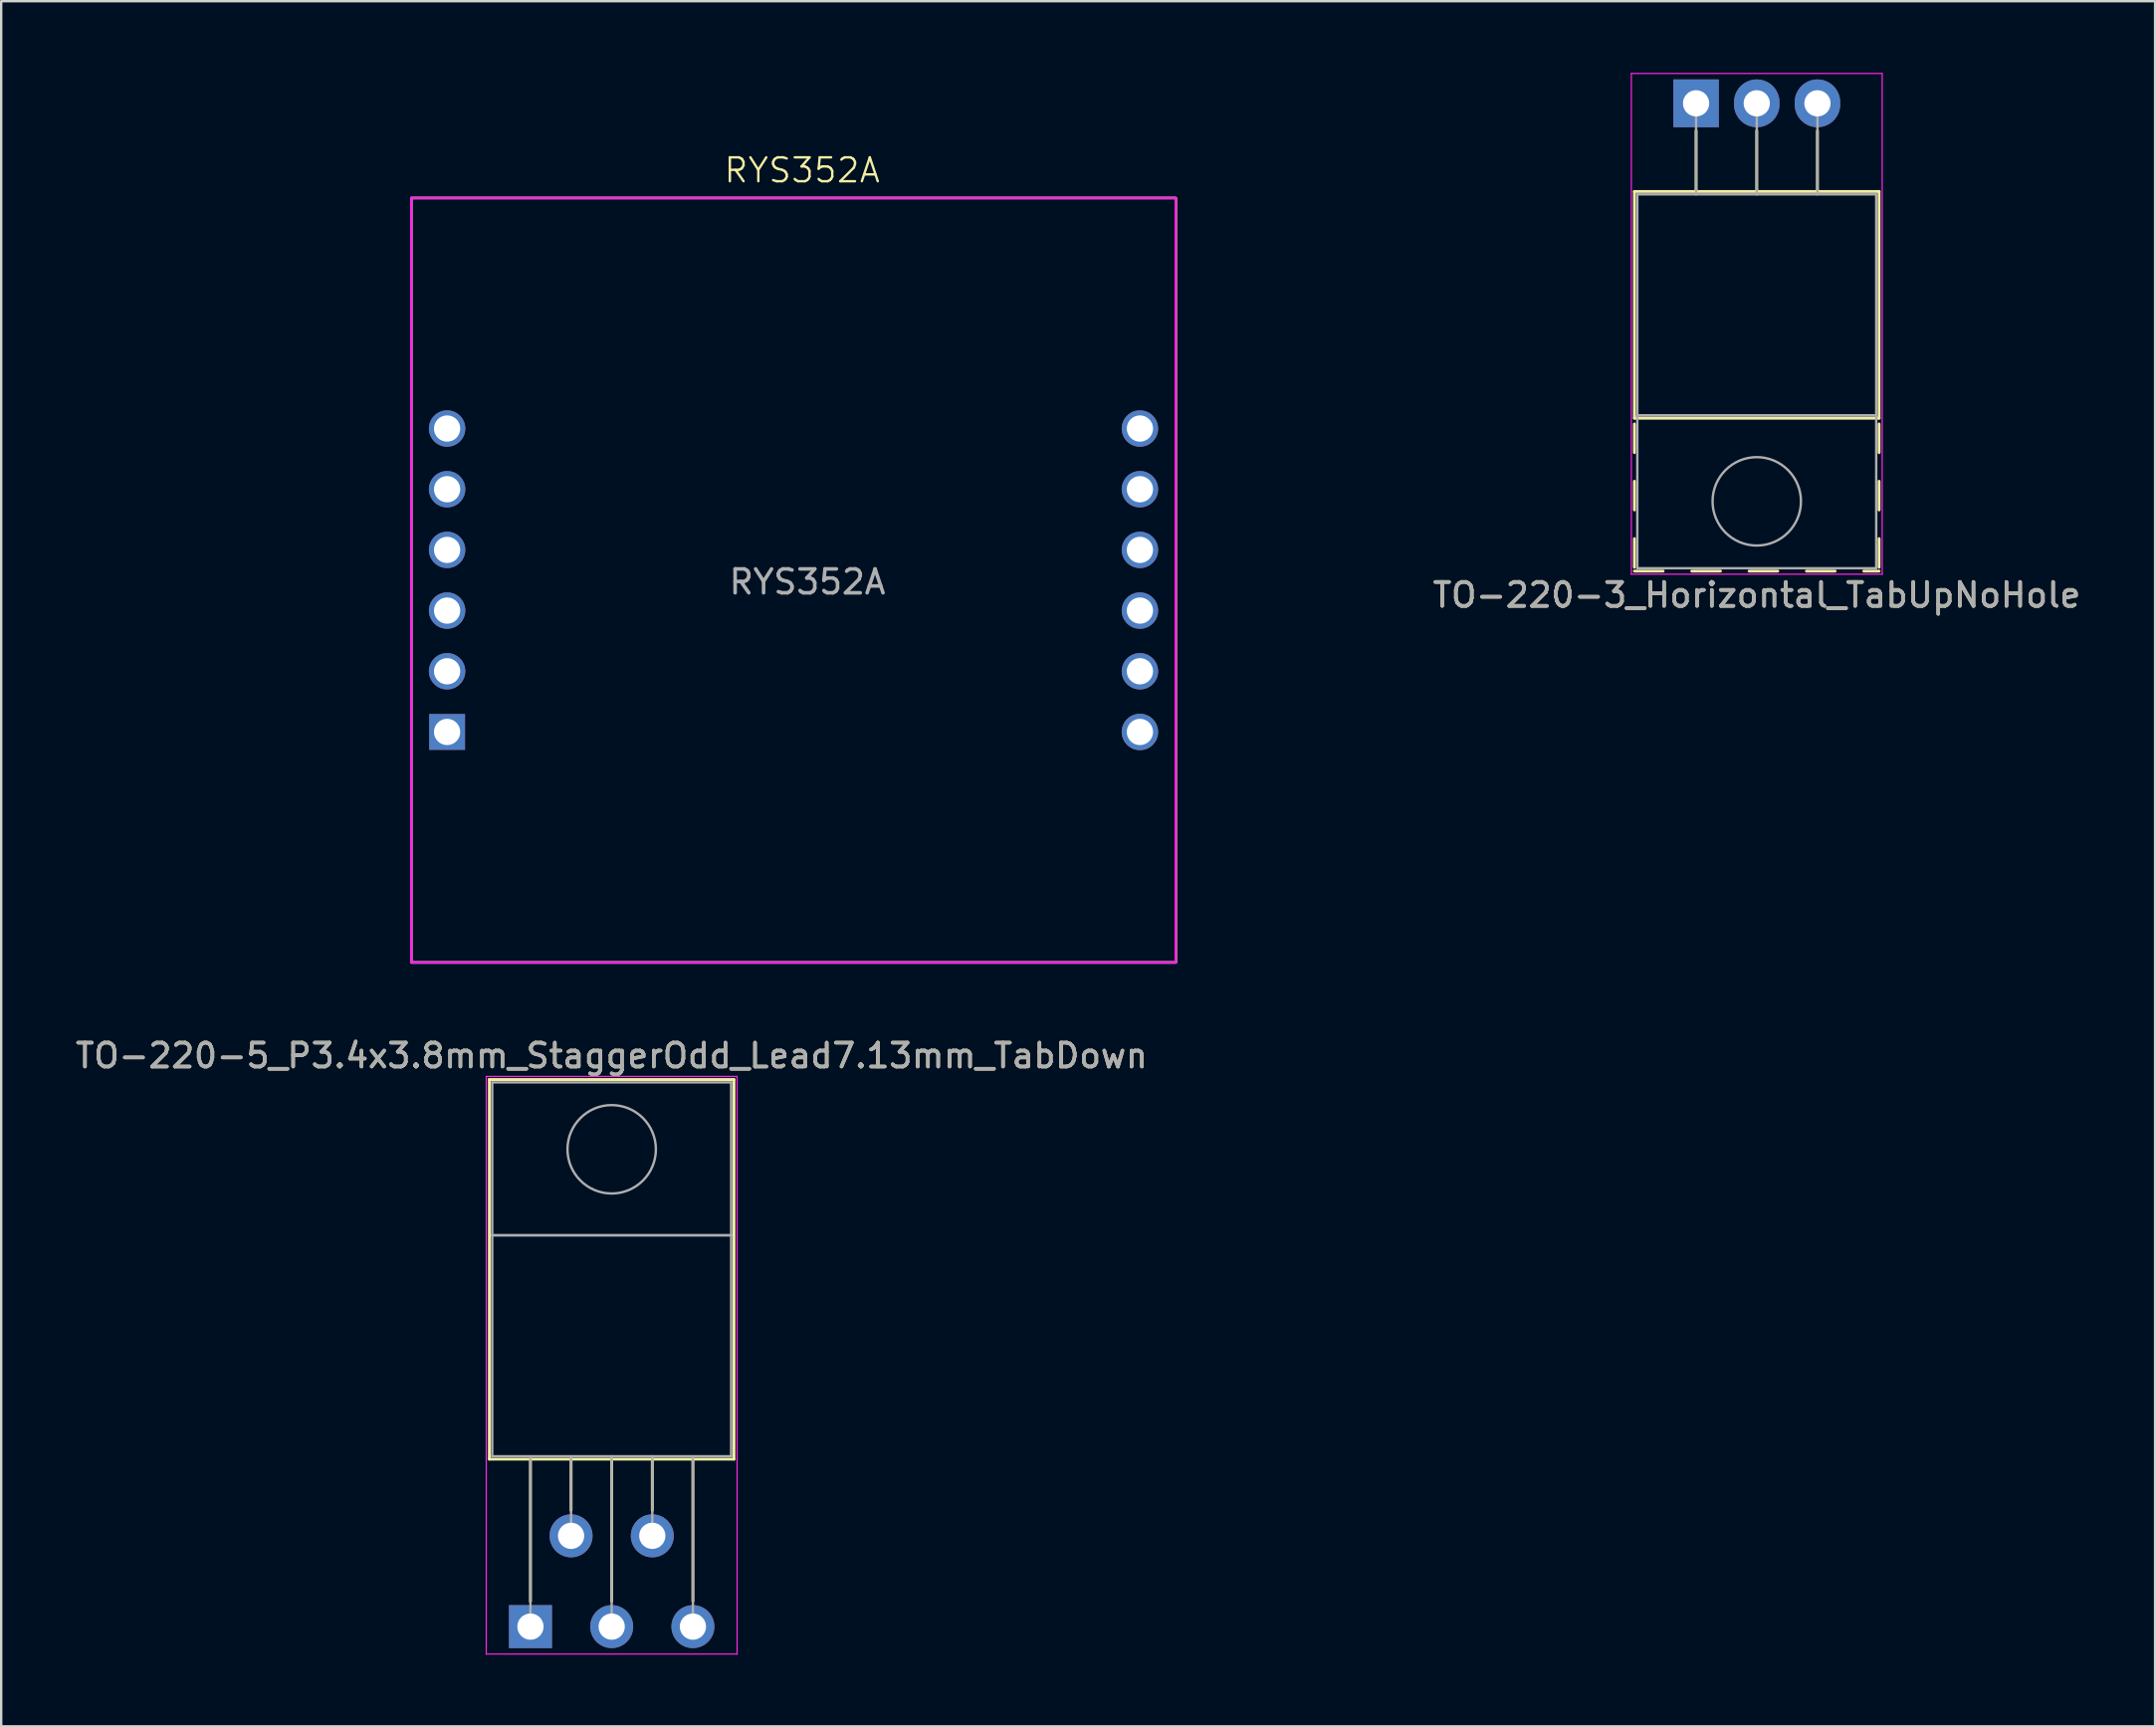
<source format=kicad_pcb>
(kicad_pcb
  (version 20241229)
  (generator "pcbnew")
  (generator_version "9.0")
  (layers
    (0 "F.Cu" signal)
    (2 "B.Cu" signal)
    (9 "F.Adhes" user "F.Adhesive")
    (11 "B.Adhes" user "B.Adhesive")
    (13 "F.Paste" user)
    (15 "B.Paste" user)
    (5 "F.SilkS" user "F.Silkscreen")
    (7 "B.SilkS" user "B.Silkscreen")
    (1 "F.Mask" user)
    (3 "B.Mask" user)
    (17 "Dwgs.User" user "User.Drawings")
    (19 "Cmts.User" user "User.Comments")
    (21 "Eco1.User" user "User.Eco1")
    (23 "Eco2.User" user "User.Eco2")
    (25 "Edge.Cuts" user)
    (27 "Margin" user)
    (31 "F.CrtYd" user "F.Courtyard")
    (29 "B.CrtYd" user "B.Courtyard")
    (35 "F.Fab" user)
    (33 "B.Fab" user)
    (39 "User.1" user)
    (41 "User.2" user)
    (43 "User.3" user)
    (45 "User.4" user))
  (footprint "TO-220-5_P3.4x3.8mm_StaggerOdd_Lead7.13mm_TabDown"
    (layer "F.Cu")
    (at 19.154 65.037)
    (property "Reference" "TO-220-5_P3.4x3.8mm_StaggerOdd_Lead7.13mm_TabDown" (at 3.4 -23.9 0) (layer "F.SilkS") (effects (font (size 1 1) (thickness 0.15))))
    (attr through_hole)
    (fp_line (start -1.721 -22.9) (end -1.721 -7.01) (stroke (width 0.12) (type solid)) (layer "F.SilkS"))
    (fp_line (start -1.721 -22.9) (end 8.52 -22.9) (stroke (width 0.12) (type solid)) (layer "F.SilkS"))
    (fp_line (start -1.721 -7.01) (end 8.52 -7.01) (stroke (width 0.12) (type solid)) (layer "F.SilkS"))
    (fp_line (start 0 -7.01) (end 0 -1.05) (stroke (width 0.12) (type solid)) (layer "F.SilkS"))
    (fp_line (start 1.7 -7.01) (end 1.7 -4.866) (stroke (width 0.12) (type solid)) (layer "F.SilkS"))
    (fp_line (start 3.4 -7.01) (end 3.4 -1.065) (stroke (width 0.12) (type solid)) (layer "F.SilkS"))
    (fp_line (start 5.1 -7.01) (end 5.1 -4.866) (stroke (width 0.12) (type solid)) (layer "F.SilkS"))
    (fp_line (start 6.8 -7.01) (end 6.8 -1.065) (stroke (width 0.12) (type solid)) (layer "F.SilkS"))
    (fp_line (start 8.52 -22.9) (end 8.52 -7.01) (stroke (width 0.12) (type solid)) (layer "F.SilkS"))
    (fp_line (start -1.85 -23.03) (end -1.85 1.15) (stroke (width 0.05) (type solid)) (layer "F.CrtYd"))
    (fp_line (start -1.85 1.15) (end 8.65 1.15) (stroke (width 0.05) (type solid)) (layer "F.CrtYd"))
    (fp_line (start 8.65 -23.03) (end -1.85 -23.03) (stroke (width 0.05) (type solid)) (layer "F.CrtYd"))
    (fp_line (start 8.65 1.15) (end 8.65 -23.03) (stroke (width 0.05) (type solid)) (layer "F.CrtYd"))
    (fp_line (start -1.6 -22.78) (end 8.4 -22.78) (stroke (width 0.1) (type solid)) (layer "F.Fab"))
    (fp_line (start -1.6 -16.38) (end -1.6 -22.78) (stroke (width 0.1) (type solid)) (layer "F.Fab"))
    (fp_line (start -1.6 -16.38) (end 8.4 -16.38) (stroke (width 0.1) (type solid)) (layer "F.Fab"))
    (fp_line (start -1.6 -7.13) (end -1.6 -16.38) (stroke (width 0.1) (type solid)) (layer "F.Fab"))
    (fp_line (start 0 -7.13) (end 0 0) (stroke (width 0.1) (type solid)) (layer "F.Fab"))
    (fp_line (start 1.7 -7.13) (end 1.7 -3.8) (stroke (width 0.1) (type solid)) (layer "F.Fab"))
    (fp_line (start 3.4 -7.13) (end 3.4 0) (stroke (width 0.1) (type solid)) (layer "F.Fab"))
    (fp_line (start 5.1 -7.13) (end 5.1 -3.8) (stroke (width 0.1) (type solid)) (layer "F.Fab"))
    (fp_line (start 6.8 -7.13) (end 6.8 0) (stroke (width 0.1) (type solid)) (layer "F.Fab"))
    (fp_line (start 8.4 -22.78) (end 8.4 -16.38) (stroke (width 0.1) (type solid)) (layer "F.Fab"))
    (fp_line (start 8.4 -16.38) (end -1.6 -16.38) (stroke (width 0.1) (type solid)) (layer "F.Fab"))
    (fp_line (start 8.4 -16.38) (end 8.4 -7.13) (stroke (width 0.1) (type solid)) (layer "F.Fab"))
    (fp_line (start 8.4 -7.13) (end -1.6 -7.13) (stroke (width 0.1) (type solid)) (layer "F.Fab"))
    (fp_circle (center 3.4 -19.98) (end 5.25 -19.98) (stroke (width 0.1) (type solid)) (fill no) (layer "F.Fab"))
    (fp_text user "${REFERENCE}" (at 3.4 -23.9 0) (layer "F.Fab") (effects (font (size 1 1) (thickness 0.15))))
    (pad "1" thru_hole rect (at 0 0) (size 1.8 1.8) (drill 1.1) (layers "*.Cu" "*.Mask"))
    (pad "2" thru_hole oval (at 1.7 -3.8) (size 1.8 1.8) (drill 1.1) (layers "*.Cu" "*.Mask"))
    (pad "3" thru_hole oval (at 3.4 0) (size 1.8 1.8) (drill 1.1) (layers "*.Cu" "*.Mask"))
    (pad "4" thru_hole oval (at 5.1 -3.8) (size 1.8 1.8) (drill 1.1) (layers "*.Cu" "*.Mask"))
    (pad "5" thru_hole oval (at 6.8 0) (size 1.8 1.8) (drill 1.1) (layers "*.Cu" "*.Mask")))
  (footprint "RYS352A"
    (layer "F.Cu")
    (at 15.665 27.588)
    (property "Reference" "RYS352A" (at 14.86 -23.51 0) (unlocked yes) (layer "F.SilkS") (effects (font (size 1 1) (thickness 0.1))))
    (attr through_hole)
    (fp_rect (start -1.5 -22.35) (end 30.5 9.65) (stroke (width 0.1) (type default)) (fill no) (layer "F.SilkS"))
    (fp_rect (start -1.5 -22.35) (end 30.5 9.65) (stroke (width 0.1) (type default)) (fill no) (layer "F.CrtYd"))
    (fp_rect (start -1.5 -22.35) (end 30.5 9.65) (stroke (width 0.1) (type default)) (fill no) (layer "F.Fab"))
    (fp_text user "${REFERENCE}" (at 15.08 -6.28 0) (unlocked yes) (layer "F.Fab") (effects (font (size 1 1) (thickness 0.15))))
    (dimension (type aligned) (layer "User.1") (pts (xy 44.665 17.428) (xy 44.665 19.968)) (height -5.84) (format (prefix "") (suffix "") (units 3) (units_format 1) (precision 4)) (style (thickness 0.1) (arrow_length 1.27) (text_position_mode 0) (arrow_direction outward) (extension_height 0.586) (extension_offset 0.5) (keep_text_aligned yes)) (gr_text "2.5400 mm" (at 49.355 18.698 90) (layer "User.1") (effects (font (size 1 1) (thickness 0.15)))))
    (dimension (type orthogonal) (layer "User.1") (pts (xy 15.665 14.888) (xy 15.665 5.238)) (height -4.64) (orientation 1) (format (prefix "") (suffix "") (units 3) (units_format 1) (precision 4)) (style (thickness 0.1) (arrow_length 1.27) (text_position_mode 0) (arrow_direction outward) (extension_height 0.586) (extension_offset 0.5) (keep_text_aligned yes)) (gr_text "9.6500 mm" (at 9.875 10.063 90) (layer "User.1") (effects (font (size 1 1) (thickness 0.15)))))
    (dimension (type orthogonal) (layer "User.1") (pts (xy 14.165 5.238) (xy 14.165 37.238)) (height -8.08) (orientation 1) (format (prefix "") (suffix "") (units 3) (units_format 1) (precision 4)) (style (thickness 0.1) (arrow_length 1.27) (text_position_mode 0) (arrow_direction outward) (extension_height 0.586) (extension_offset 0.5) (keep_text_aligned yes)) (gr_text "32.0000 mm" (at 4.935 21.238 90) (layer "User.1") (effects (font (size 1 1) (thickness 0.15)))))
    (dimension (type orthogonal) (layer "User.1") (pts (xy 44.665 14.888) (xy 46.165 14.988)) (height -2.17) (orientation 0) (format (prefix "") (suffix "") (units 3) (units_format 1) (precision 4)) (style (thickness 0.1) (arrow_length 1.27) (text_position_mode 0) (arrow_direction outward) (extension_height 0.586) (extension_offset 0.5) (keep_text_aligned yes)) (gr_text "1.5000 mm" (at 45.415 11.568 0) (layer "User.1") (effects (font (size 1 1) (thickness 0.15)))))
    (dimension (type orthogonal) (layer "User.1") (pts (xy 15.665 27.588) (xy 15.665 37.238)) (height -4.58) (orientation 1) (format (prefix "") (suffix "") (units 3) (units_format 1) (precision 4)) (style (thickness 0.1) (arrow_length 1.27) (text_position_mode 0) (arrow_direction outward) (extension_height 0.586) (extension_offset 0.5) (keep_text_aligned yes)) (gr_text "9.6500 mm" (at 9.935 32.413 90) (layer "User.1") (effects (font (size 1 1) (thickness 0.15)))))
    (dimension (type orthogonal) (layer "User.1") (pts (xy 14.165 5.238) (xy 46.165 5.238)) (height -3.24) (orientation 0) (format (prefix "") (suffix "") (units 3) (units_format 1) (precision 4)) (style (thickness 0.1) (arrow_length 1.27) (text_position_mode 0) (arrow_direction outward) (extension_height 0.586) (extension_offset 0.5) (keep_text_aligned yes)) (gr_text "32.0000 mm" (at 30.165 0.848 0) (layer "User.1") (effects (font (size 1 1) (thickness 0.15)))))
    (pad "1" thru_hole rect (at 0 0) (size 1.5 1.5) (drill 1.1) (layers "*.Cu" "*.Mask"))
    (pad "2" thru_hole circle (at 0 -2.54) (size 1.524 1.524) (drill 1.1) (layers "*.Cu" "*.Mask"))
    (pad "3" thru_hole circle (at 0 -5.08) (size 1.524 1.524) (drill 1.1) (layers "*.Cu" "*.Mask"))
    (pad "4" thru_hole circle (at 0 -7.62) (size 1.524 1.524) (drill 1.1) (layers "*.Cu" "*.Mask"))
    (pad "5" thru_hole circle (at 0 -10.16) (size 1.524 1.524) (drill 1.1) (layers "*.Cu" "*.Mask"))
    (pad "6" thru_hole circle (at 0 -12.7) (size 1.524 1.524) (drill 1.1) (layers "*.Cu" "*.Mask"))
    (pad "7" thru_hole circle (at 29 -12.7) (size 1.524 1.524) (drill 1.1) (layers "*.Cu" "*.Mask"))
    (pad "8" thru_hole circle (at 29 -10.16) (size 1.524 1.524) (drill 1.1) (layers "*.Cu" "*.Mask"))
    (pad "9" thru_hole circle (at 29 -7.62) (size 1.524 1.524) (drill 1.1) (layers "*.Cu" "*.Mask"))
    (pad "10" thru_hole circle (at 29 -5.08) (size 1.524 1.524) (drill 1.1) (layers "*.Cu" "*.Mask"))
    (pad "11" thru_hole circle (at 29 -2.54) (size 1.524 1.524) (drill 1.1) (layers "*.Cu" "*.Mask"))
    (pad "12" thru_hole circle (at 29 0) (size 1.524 1.524) (drill 1.1) (layers "*.Cu" "*.Mask")))
  (footprint "TO-220-3_Horizontal_TabUpNoHole"
    (layer "F.Cu")
    (at 67.945 1.275)
    (property "Reference" "TO-220-3_Horizontal_TabUpNoHole" (at 2.54 20.58 0) (layer "F.SilkS") (effects (font (size 1 1) (thickness 0.15))))
    (attr through_hole)
    (fp_line (start -2.58 3.69) (end -2.58 13.18) (stroke (width 0.12) (type solid)) (layer "F.SilkS"))
    (fp_line (start -2.58 3.69) (end 7.66 3.69) (stroke (width 0.12) (type solid)) (layer "F.SilkS"))
    (fp_line (start -2.58 13.18) (end 7.66 13.18) (stroke (width 0.12) (type solid)) (layer "F.SilkS"))
    (fp_line (start -2.58 13.42) (end -2.58 14.62) (stroke (width 0.12) (type solid)) (layer "F.SilkS"))
    (fp_line (start -2.58 15.82) (end -2.58 17.02) (stroke (width 0.12) (type solid)) (layer "F.SilkS"))
    (fp_line (start -2.58 18.22) (end -2.58 19.42) (stroke (width 0.12) (type solid)) (layer "F.SilkS"))
    (fp_line (start -2.58 19.58) (end -1.38 19.58) (stroke (width 0.12) (type solid)) (layer "F.SilkS"))
    (fp_line (start -0.181 19.58) (end 1.02 19.58) (stroke (width 0.12) (type solid)) (layer "F.SilkS"))
    (fp_line (start 0 1.15) (end 0 3.69) (stroke (width 0.12) (type solid)) (layer "F.SilkS"))
    (fp_line (start 2.22 19.58) (end 3.42 19.58) (stroke (width 0.12) (type solid)) (layer "F.SilkS"))
    (fp_line (start 2.54 1.15) (end 2.54 3.69) (stroke (width 0.12) (type solid)) (layer "F.SilkS"))
    (fp_line (start 4.62 19.58) (end 5.82 19.58) (stroke (width 0.12) (type solid)) (layer "F.SilkS"))
    (fp_line (start 5.08 1.15) (end 5.08 3.69) (stroke (width 0.12) (type solid)) (layer "F.SilkS"))
    (fp_line (start 7.02 19.58) (end 7.66 19.58) (stroke (width 0.12) (type solid)) (layer "F.SilkS"))
    (fp_line (start 7.66 3.69) (end 7.66 13.18) (stroke (width 0.12) (type solid)) (layer "F.SilkS"))
    (fp_line (start 7.66 13.42) (end 7.66 14.62) (stroke (width 0.12) (type solid)) (layer "F.SilkS"))
    (fp_line (start 7.66 15.82) (end 7.66 17.02) (stroke (width 0.12) (type solid)) (layer "F.SilkS"))
    (fp_line (start 7.66 18.22) (end 7.66 19.42) (stroke (width 0.12) (type solid)) (layer "F.SilkS"))
    (fp_line (start -2.71 -1.25) (end -2.71 19.71) (stroke (width 0.05) (type solid)) (layer "F.CrtYd"))
    (fp_line (start -2.71 19.71) (end 7.79 19.71) (stroke (width 0.05) (type solid)) (layer "F.CrtYd"))
    (fp_line (start 7.79 -1.25) (end -2.71 -1.25) (stroke (width 0.05) (type solid)) (layer "F.CrtYd"))
    (fp_line (start 7.79 19.71) (end 7.79 -1.25) (stroke (width 0.05) (type solid)) (layer "F.CrtYd"))
    (fp_line (start -2.46 3.81) (end -2.46 13.06) (stroke (width 0.1) (type solid)) (layer "F.Fab"))
    (fp_line (start -2.46 13.06) (end -2.46 19.46) (stroke (width 0.1) (type solid)) (layer "F.Fab"))
    (fp_line (start -2.46 13.06) (end 7.54 13.06) (stroke (width 0.1) (type solid)) (layer "F.Fab"))
    (fp_line (start -2.46 19.46) (end 7.54 19.46) (stroke (width 0.1) (type solid)) (layer "F.Fab"))
    (fp_line (start 0 3.81) (end 0 0) (stroke (width 0.1) (type solid)) (layer "F.Fab"))
    (fp_line (start 2.54 3.81) (end 2.54 0) (stroke (width 0.1) (type solid)) (layer "F.Fab"))
    (fp_line (start 5.08 3.81) (end 5.08 0) (stroke (width 0.1) (type solid)) (layer "F.Fab"))
    (fp_line (start 7.54 3.81) (end -2.46 3.81) (stroke (width 0.1) (type solid)) (layer "F.Fab"))
    (fp_line (start 7.54 13.06) (end -2.46 13.06) (stroke (width 0.1) (type solid)) (layer "F.Fab"))
    (fp_line (start 7.54 13.06) (end 7.54 3.81) (stroke (width 0.1) (type solid)) (layer "F.Fab"))
    (fp_line (start 7.54 19.46) (end 7.54 13.06) (stroke (width 0.1) (type solid)) (layer "F.Fab"))
    (fp_circle (center 2.54 16.66) (end 4.39 16.66) (stroke (width 0.1) (type solid)) (fill no) (layer "F.Fab"))
    (fp_text user "${REFERENCE}" (at 2.54 20.58 0) (layer "F.Fab") (effects (font (size 1 1) (thickness 0.15))))
    (pad "1" thru_hole rect (at 0 0) (size 1.905 2) (drill 1.1) (layers "*.Cu" "*.Mask"))
    (pad "2" thru_hole oval (at 2.54 0) (size 1.905 2) (drill 1.1) (layers "*.Cu" "*.Mask"))
    (pad "3" thru_hole oval (at 5.08 0) (size 1.905 2) (drill 1.1) (layers "*.Cu" "*.Mask")))
  (gr_rect
    (start -3 -3)
    (end 87.158 69.212)
    (stroke (width 0.1) (type default))
    (fill no)
    (layer "Edge.Cuts")))
</source>
